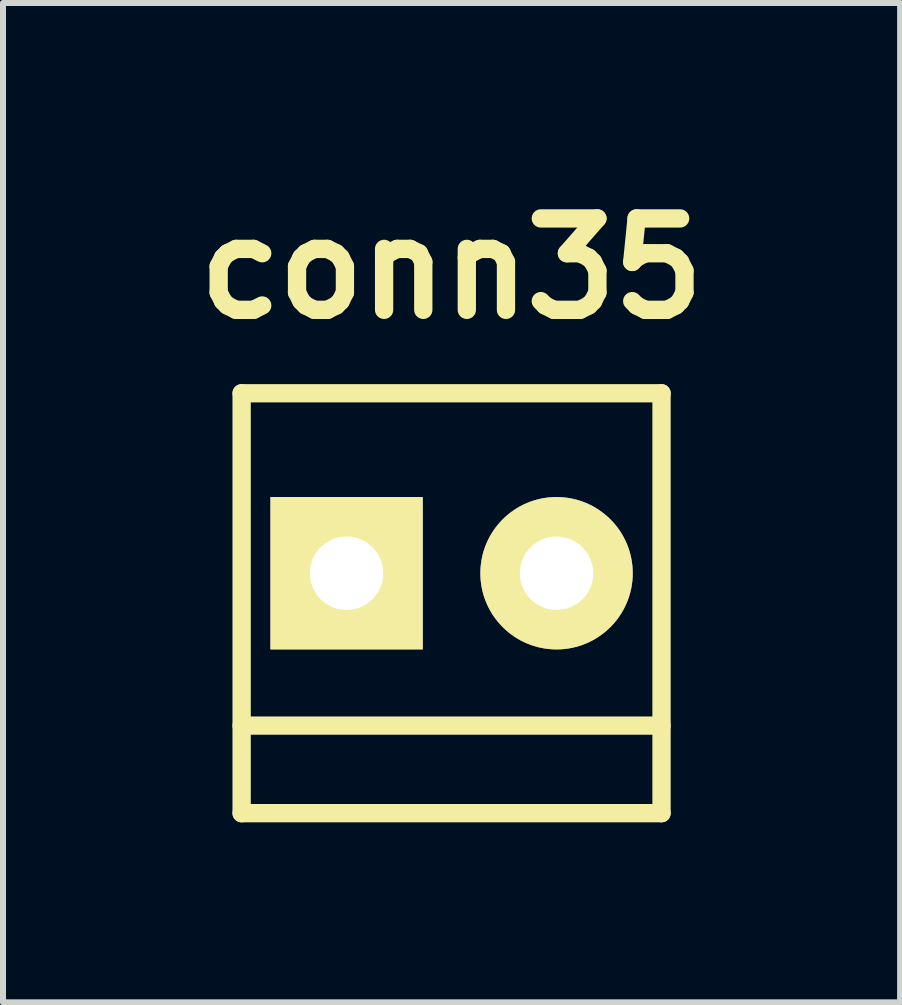
<source format=kicad_pcb>
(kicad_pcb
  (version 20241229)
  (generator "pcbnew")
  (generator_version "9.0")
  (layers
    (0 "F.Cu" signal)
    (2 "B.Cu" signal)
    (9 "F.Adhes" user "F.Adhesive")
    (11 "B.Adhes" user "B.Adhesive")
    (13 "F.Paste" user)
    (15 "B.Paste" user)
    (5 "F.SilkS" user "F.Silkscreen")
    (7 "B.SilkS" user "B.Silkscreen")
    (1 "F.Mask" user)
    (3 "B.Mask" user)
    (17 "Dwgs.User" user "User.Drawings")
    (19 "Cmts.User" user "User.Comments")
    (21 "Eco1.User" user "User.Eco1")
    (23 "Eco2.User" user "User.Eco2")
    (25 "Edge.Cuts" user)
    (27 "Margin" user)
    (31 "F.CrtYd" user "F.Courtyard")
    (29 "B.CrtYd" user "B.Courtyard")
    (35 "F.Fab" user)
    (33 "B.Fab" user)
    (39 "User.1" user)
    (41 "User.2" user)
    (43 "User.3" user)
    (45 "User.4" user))
  (footprint "conn35"
    (layer "F.Cu")
    (at 4.478 6.506)
    (property "Reference" "conn35" (at 0 -5.08 0) (layer "F.SilkS") (effects (font (size 1.524 1.524) (thickness 0.305))))
    (attr through_hole)
    (fp_line (start -3.5 -3) (end -3.5 4) (stroke (width 0.305) (type solid)) (layer "F.SilkS"))
    (fp_line (start -3.5 4) (end 3.5 4) (stroke (width 0.305) (type solid)) (layer "F.SilkS"))
    (fp_line (start 3.5 -3) (end -3.5 -3) (stroke (width 0.305) (type solid)) (layer "F.SilkS"))
    (fp_line (start 3.5 2.54) (end -3.5 2.54) (stroke (width 0.305) (type solid)) (layer "F.SilkS"))
    (fp_line (start 3.5 4) (end 3.5 -3) (stroke (width 0.305) (type solid)) (layer "F.SilkS"))
    (pad "1" thru_hole rect (at -1.75 0) (size 2.54 2.54) (drill 1.224) (layers "*.Cu" "*.Mask" "F.SilkS"))
    (pad "2" thru_hole circle (at 1.75 0) (size 2.54 2.54) (drill 1.224) (layers "*.Cu" "*.Mask" "F.SilkS")))
  (gr_rect
    (start -3 -3)
    (end 11.955 13.659)
    (stroke (width 0.1) (type default))
    (fill no)
    (layer "Edge.Cuts")))
</source>
